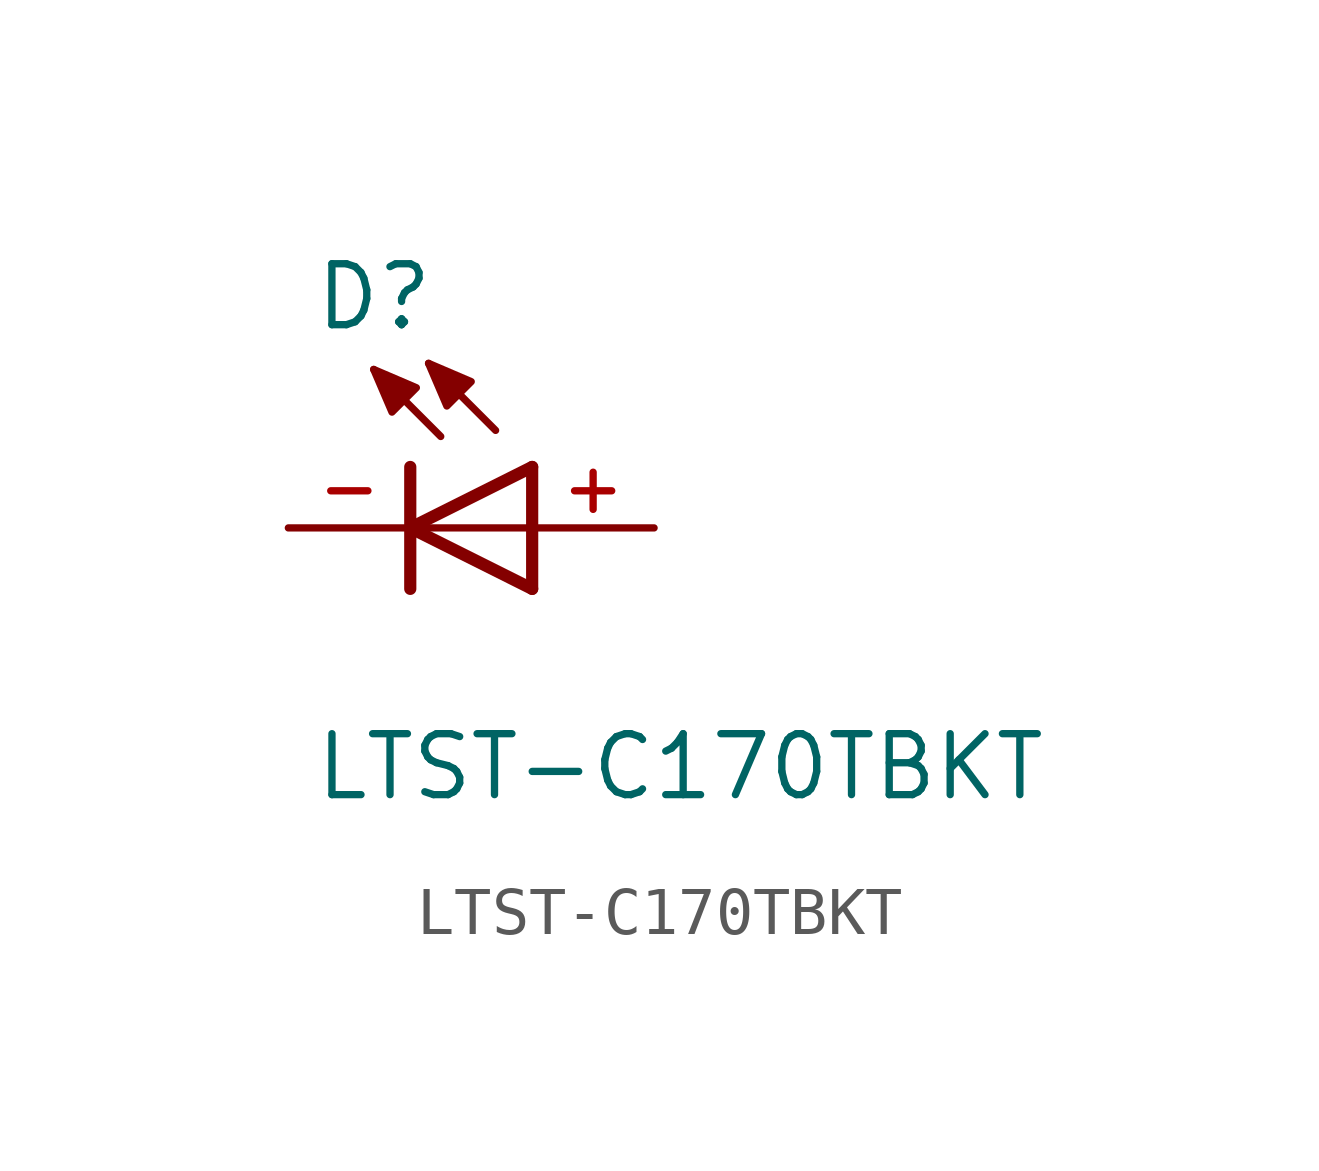
<source format=kicad_sym>
(kicad_symbol_lib
  (version 20211014)
  (generator kicad_symbol_editor)
  (symbol "LTST-C170TBKT"
    (pin_names
      (offset 1.016))
    (property "Reference" "D"
      (at -2.035 4.071 0)
      (effects (font (size 1.27 1.27)) (justify bottom left)))
    (property "Value" "LTST-C170TBKT"
      (at -2.034 -5.721 0)
      (effects (font (size 1.27 1.27)) (justify bottom left)))
    (symbol "LTST-C170TBKT_0_0"
      (polyline (pts (xy 2.54 -1.27) (xy 0.0 0.0)) (stroke (width 0.254)))
      (polyline (pts (xy 0.0 0.0) (xy 2.54 1.27)) (stroke (width 0.254)))
      (polyline (pts (xy 0.0 -1.27) (xy 0.0 0.0)) (stroke (width 0.254)))
      (polyline (pts (xy 0.0 0.0) (xy 0.0 1.27)) (stroke (width 0.254)))
      (polyline (pts (xy 2.54 -1.27) (xy 2.54 0.0)) (stroke (width 0.254)))
      (polyline (pts (xy 2.54 0.0) (xy 2.54 1.27)) (stroke (width 0.254)))
      (polyline (pts (xy 2.54 0.0) (xy 0.0 0.0)) (stroke (width 0.152)))
      (polyline (pts (xy 1.778 2.032) (xy 0.381 3.429)) (stroke (width 0.152)))
      (polyline (pts (xy 0.635 1.905) (xy -0.762 3.302)) (stroke (width 0.152)))
      (polyline (pts (xy 0.381 3.429) (xy 1.27 3.048) (xy 0.762 2.54) (xy 0.381 3.429)) (stroke (width 0.152)) (fill (type outline)))
      (polyline (pts (xy -0.762 3.302) (xy 0.127 2.921) (xy -0.381 2.413) (xy -0.762 3.302)) (stroke (width 0.152)) (fill (type outline)))
      (pin passive line (at -2.54 0.0 0) (length 2.54) (name "~" (effects (font (size 1.016 1.016)))) (number "-" (effects (font (size 1.016 1.016)))))
      (pin passive line (at 5.08 0.0 180.0) (length 2.54) (name "~" (effects (font (size 1.016 1.016)))) (number "+" (effects (font (size 1.016 1.016))))))))
</source>
